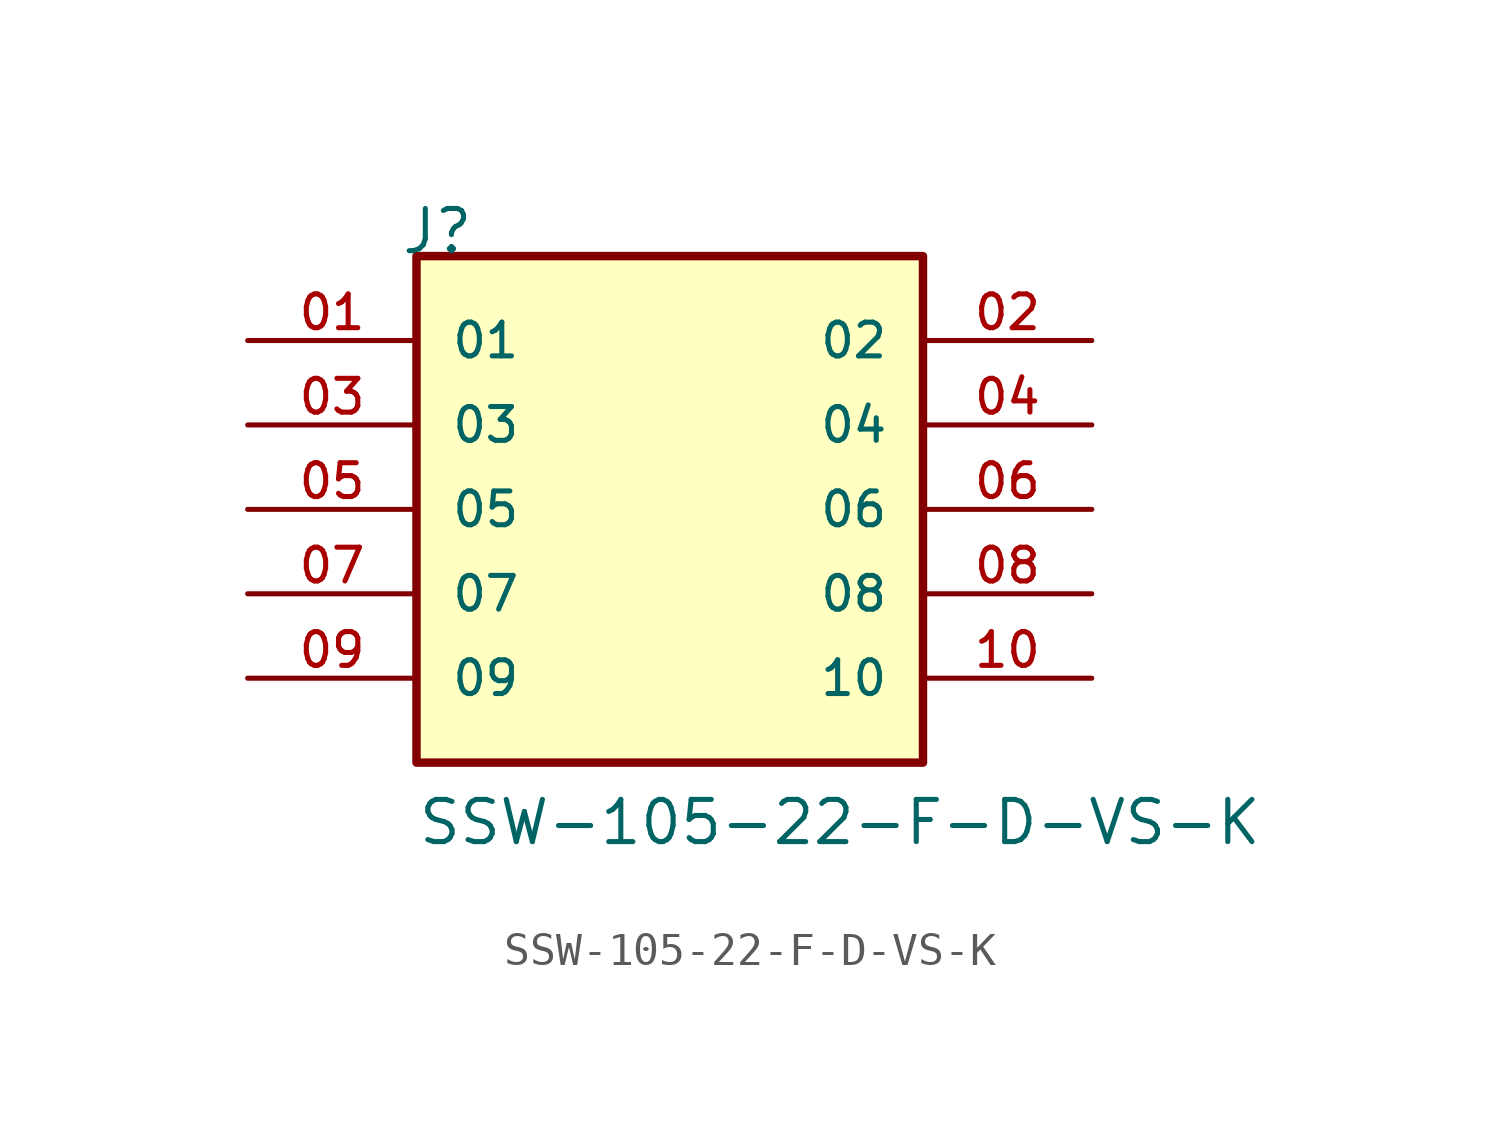
<source format=kicad_sym>
(kicad_symbol_lib
  (version 20211014)
  (generator kicad_symbol_editor)
  (symbol "SSW-105-22-F-D-VS-K"
    (pin_names
      (offset 1.016))
    (property "Reference" "J"
      (at -8.12 7.62 0)
      (effects (font (size 1.27 1.27)) (justify bottom left)))
    (property "Value" "SSW-105-22-F-D-VS-K"
      (at -7.62 -10.16 0)
      (effects (font (size 1.27 1.27)) (justify bottom left)))
    (symbol "SSW-105-22-F-D-VS-K_0_0"
      (rectangle (start -7.62 -7.62) (end 7.62 7.62) (stroke (width 0.254)) (fill (type background)))
      (pin passive line (at -12.7 5.08 0) (length 5.08) (name "01" (effects (font (size 1.016 1.016)))) (number "01" (effects (font (size 1.016 1.016)))))
      (pin passive line (at 12.7 5.08 180.0) (length 5.08) (name "02" (effects (font (size 1.016 1.016)))) (number "02" (effects (font (size 1.016 1.016)))))
      (pin passive line (at -12.7 2.54 0) (length 5.08) (name "03" (effects (font (size 1.016 1.016)))) (number "03" (effects (font (size 1.016 1.016)))))
      (pin passive line (at 12.7 2.54 180.0) (length 5.08) (name "04" (effects (font (size 1.016 1.016)))) (number "04" (effects (font (size 1.016 1.016)))))
      (pin passive line (at -12.7 0.0 0) (length 5.08) (name "05" (effects (font (size 1.016 1.016)))) (number "05" (effects (font (size 1.016 1.016)))))
      (pin passive line (at 12.7 0.0 180.0) (length 5.08) (name "06" (effects (font (size 1.016 1.016)))) (number "06" (effects (font (size 1.016 1.016)))))
      (pin passive line (at -12.7 -2.54 0) (length 5.08) (name "07" (effects (font (size 1.016 1.016)))) (number "07" (effects (font (size 1.016 1.016)))))
      (pin passive line (at 12.7 -2.54 180.0) (length 5.08) (name "08" (effects (font (size 1.016 1.016)))) (number "08" (effects (font (size 1.016 1.016)))))
      (pin passive line (at -12.7 -5.08 0) (length 5.08) (name "09" (effects (font (size 1.016 1.016)))) (number "09" (effects (font (size 1.016 1.016)))))
      (pin passive line (at 12.7 -5.08 180.0) (length 5.08) (name "10" (effects (font (size 1.016 1.016)))) (number "10" (effects (font (size 1.016 1.016))))))))
</source>
